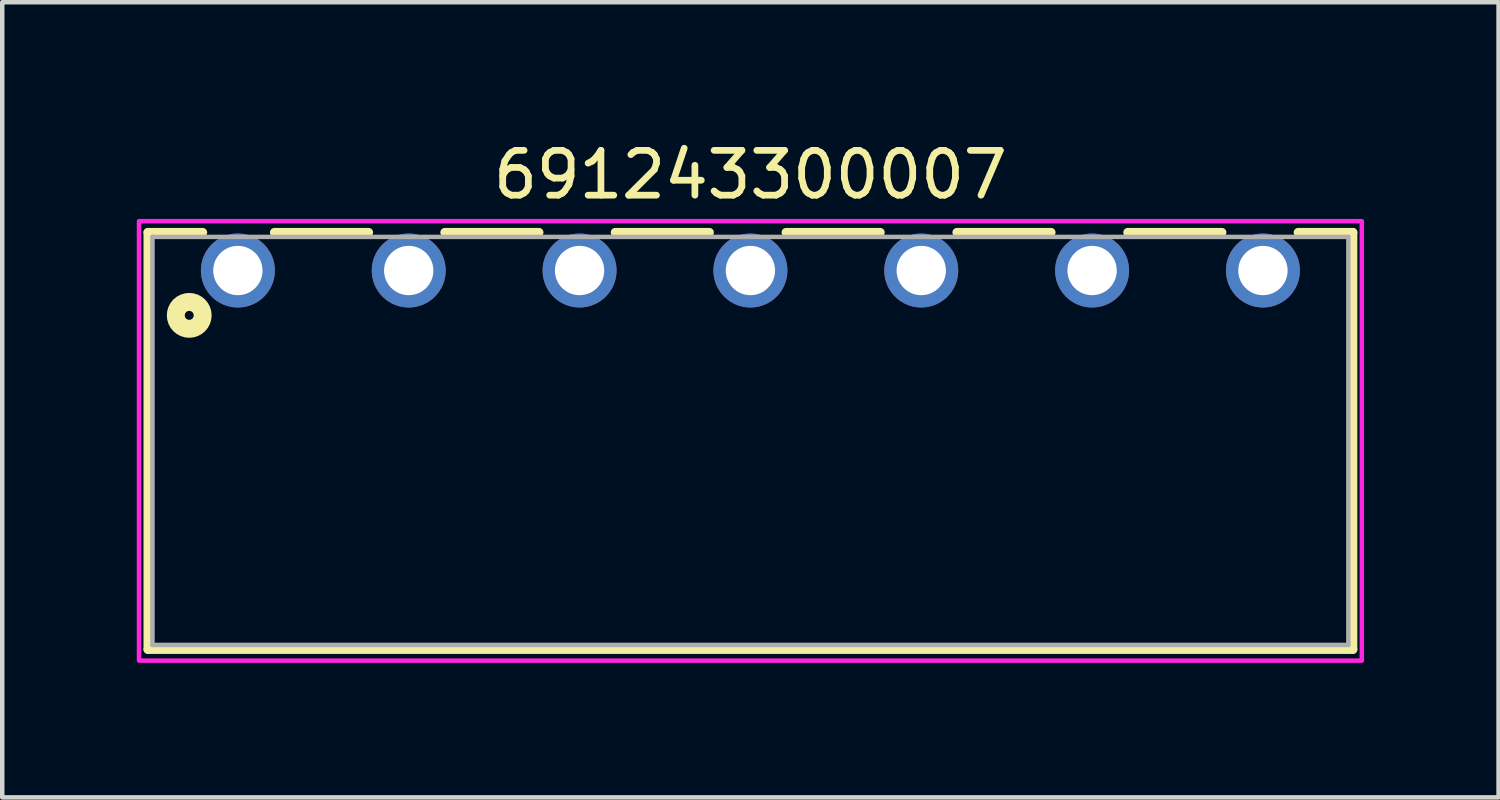
<source format=kicad_pcb>
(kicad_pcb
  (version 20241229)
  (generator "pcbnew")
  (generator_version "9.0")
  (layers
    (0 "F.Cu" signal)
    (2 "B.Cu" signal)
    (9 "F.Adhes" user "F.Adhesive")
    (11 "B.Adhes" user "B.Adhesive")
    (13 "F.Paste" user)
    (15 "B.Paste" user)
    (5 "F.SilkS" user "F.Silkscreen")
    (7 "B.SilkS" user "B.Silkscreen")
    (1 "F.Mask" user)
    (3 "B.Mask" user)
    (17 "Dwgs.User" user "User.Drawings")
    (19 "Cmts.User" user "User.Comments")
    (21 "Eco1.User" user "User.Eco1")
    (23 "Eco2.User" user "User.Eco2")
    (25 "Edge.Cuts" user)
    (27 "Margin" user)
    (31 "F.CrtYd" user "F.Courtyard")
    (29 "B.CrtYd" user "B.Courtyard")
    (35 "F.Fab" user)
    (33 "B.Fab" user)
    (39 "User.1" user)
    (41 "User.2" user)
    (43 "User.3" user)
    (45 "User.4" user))
  (footprint "691243300007"
    (layer "F.Cu")
    (at 13.685 2.983)
    (property "Reference" "691243300007" (at 0 -2.135 0) (layer "F.SilkS") (effects (font (size 1 1) (thickness 0.15))))
    (attr through_hole)
    (fp_line (start -13.435 -0.85) (end -12.215 -0.85) (stroke (width 0.2) (type solid)) (layer "F.SilkS"))
    (fp_line (start -13.435 8.45) (end -13.435 -0.85) (stroke (width 0.2) (type solid)) (layer "F.SilkS"))
    (fp_line (start -10.615 -0.85) (end -8.515 -0.85) (stroke (width 0.2) (type solid)) (layer "F.SilkS"))
    (fp_line (start -6.815 -0.85) (end -4.715 -0.85) (stroke (width 0.2) (type solid)) (layer "F.SilkS"))
    (fp_line (start -3.015 -0.85) (end -0.915 -0.85) (stroke (width 0.2) (type solid)) (layer "F.SilkS"))
    (fp_line (start 0.795 -0.85) (end 2.895 -0.85) (stroke (width 0.2) (type solid)) (layer "F.SilkS"))
    (fp_line (start 4.605 -0.85) (end 6.705 -0.85) (stroke (width 0.2) (type solid)) (layer "F.SilkS"))
    (fp_line (start 8.415 -0.85) (end 10.515 -0.85) (stroke (width 0.2) (type solid)) (layer "F.SilkS"))
    (fp_line (start 12.215 -0.85) (end 13.435 -0.85) (stroke (width 0.2) (type solid)) (layer "F.SilkS"))
    (fp_line (start 13.435 -0.85) (end 13.435 8.45) (stroke (width 0.2) (type solid)) (layer "F.SilkS"))
    (fp_line (start 13.435 8.45) (end -13.435 8.45) (stroke (width 0.2) (type solid)) (layer "F.SilkS"))
    (fp_circle (center -12.515 1) (end -12.415 1) (stroke (width 0.4) (type solid)) (fill no) (layer "F.SilkS"))
    (fp_poly (pts (xy -13.635 -1.1) (xy 13.635 -1.1) (xy 13.635 8.7) (xy -13.635 8.7)) (stroke (width 0.1) (type solid)) (fill no) (layer "F.CrtYd"))
    (fp_line (start -13.335 -0.75) (end 13.335 -0.75) (stroke (width 0.1) (type solid)) (layer "F.Fab"))
    (fp_line (start -13.335 8.35) (end -13.335 -0.75) (stroke (width 0.1) (type solid)) (layer "F.Fab"))
    (fp_line (start 13.335 -0.75) (end 13.335 8.35) (stroke (width 0.1) (type solid)) (layer "F.Fab"))
    (fp_line (start 13.335 8.35) (end -13.335 8.35) (stroke (width 0.1) (type solid)) (layer "F.Fab"))
    (pad "1" thru_hole circle (at -11.43 0) (size 1.65 1.65) (drill 1.1) (layers "*.Cu" "*.Mask"))
    (pad "2" thru_hole circle (at -7.62 0) (size 1.65 1.65) (drill 1.1) (layers "*.Cu" "*.Mask"))
    (pad "3" thru_hole circle (at -3.81 0) (size 1.65 1.65) (drill 1.1) (layers "*.Cu" "*.Mask"))
    (pad "4" thru_hole circle (at 0 0) (size 1.65 1.65) (drill 1.1) (layers "*.Cu" "*.Mask"))
    (pad "5" thru_hole circle (at 3.81 0) (size 1.65 1.65) (drill 1.1) (layers "*.Cu" "*.Mask"))
    (pad "6" thru_hole circle (at 7.62 0) (size 1.65 1.65) (drill 1.1) (layers "*.Cu" "*.Mask"))
    (pad "7" thru_hole circle (at 11.43 0) (size 1.65 1.65) (drill 1.1) (layers "*.Cu" "*.Mask")))
  (gr_rect
    (start -3 -3)
    (end 30.37 14.733)
    (stroke (width 0.1) (type default))
    (fill no)
    (layer "Edge.Cuts")))
</source>
